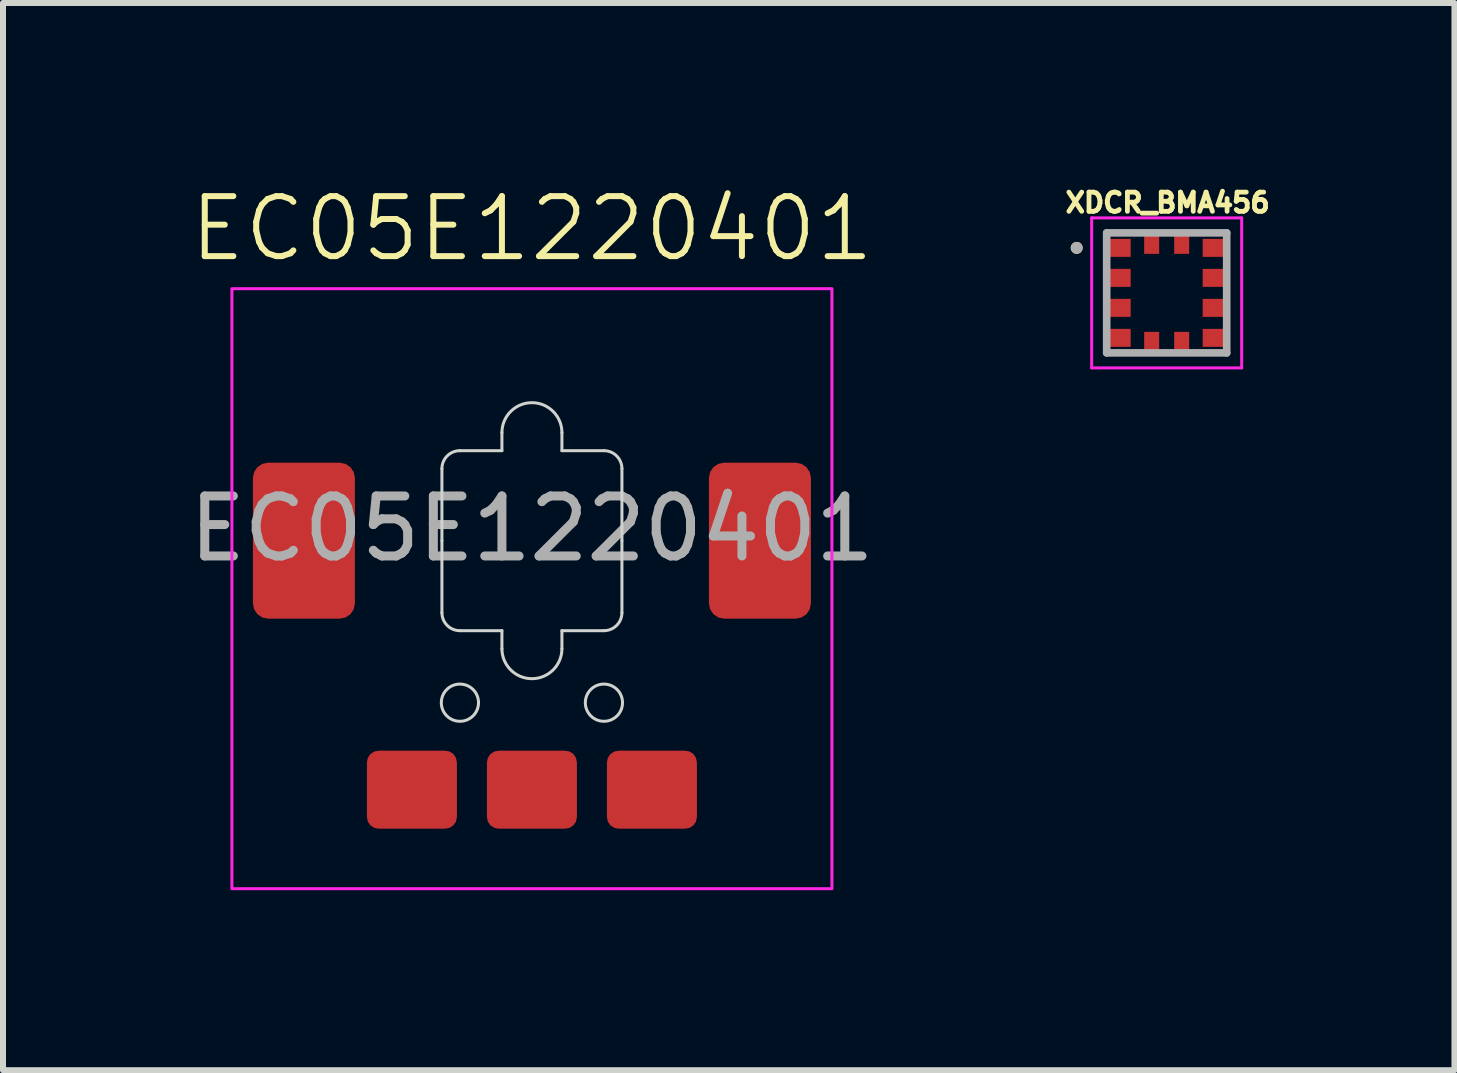
<source format=kicad_pcb>
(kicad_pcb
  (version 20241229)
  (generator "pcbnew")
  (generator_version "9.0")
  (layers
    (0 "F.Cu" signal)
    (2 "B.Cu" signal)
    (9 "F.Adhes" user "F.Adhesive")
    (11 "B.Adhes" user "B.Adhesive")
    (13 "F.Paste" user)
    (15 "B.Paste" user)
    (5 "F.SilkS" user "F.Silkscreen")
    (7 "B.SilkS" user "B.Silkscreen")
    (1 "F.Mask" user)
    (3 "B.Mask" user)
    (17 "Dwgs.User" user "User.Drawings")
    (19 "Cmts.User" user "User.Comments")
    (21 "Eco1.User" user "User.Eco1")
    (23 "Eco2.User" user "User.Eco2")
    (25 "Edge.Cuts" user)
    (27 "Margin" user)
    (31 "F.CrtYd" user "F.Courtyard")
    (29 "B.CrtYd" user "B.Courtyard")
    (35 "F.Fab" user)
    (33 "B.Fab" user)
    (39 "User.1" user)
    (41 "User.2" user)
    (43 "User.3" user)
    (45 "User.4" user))
  (footprint "EC05E1220401"
    (layer "F.Cu")
    (at 5.815 10.761)
    (property "Reference" "EC05E1220401" (at 0 -10 0) (unlocked yes) (layer "F.SilkS") (effects (font (size 1 1) (thickness 0.1))))
    (attr smd)
    (fp_line (start -1.5 -6) (end -1.5 -4.8) (stroke (width 0.05) (type default)) (layer "Edge.Cuts"))
    (fp_line (start -1.5 -3.6) (end -1.5 -4.8) (stroke (width 0.05) (type default)) (layer "Edge.Cuts"))
    (fp_line (start -1.2 -6.3) (end -0.5 -6.3) (stroke (width 0.05) (type default)) (layer "Edge.Cuts"))
    (fp_line (start -1.2 -3.3) (end -0.5 -3.3) (stroke (width 0.05) (type default)) (layer "Edge.Cuts"))
    (fp_line (start -0.5 -6.6) (end -0.5 -6.3) (stroke (width 0.05) (type default)) (layer "Edge.Cuts"))
    (fp_line (start -0.5 -3) (end -0.5 -3.3) (stroke (width 0.05) (type default)) (layer "Edge.Cuts"))
    (fp_line (start 0.5 -6.6) (end 0.5 -6.3) (stroke (width 0.05) (type default)) (layer "Edge.Cuts"))
    (fp_line (start 0.5 -3) (end 0.5 -3.3) (stroke (width 0.05) (type default)) (layer "Edge.Cuts"))
    (fp_line (start 1.2 -6.3) (end 0.5 -6.3) (stroke (width 0.05) (type default)) (layer "Edge.Cuts"))
    (fp_line (start 1.2 -3.3) (end 0.5 -3.3) (stroke (width 0.05) (type default)) (layer "Edge.Cuts"))
    (fp_line (start 1.5 -6) (end 1.5 -4.8) (stroke (width 0.05) (type default)) (layer "Edge.Cuts"))
    (fp_line (start 1.5 -3.6) (end 1.5 -4.8) (stroke (width 0.05) (type default)) (layer "Edge.Cuts"))
    (fp_arc (start -1.5 -6) (mid -1.412132 -6.212132) (end -1.2 -6.3) (stroke (width 0.05) (type default)) (layer "Edge.Cuts"))
    (fp_arc (start -1.2 -3.3) (mid -1.412132 -3.387868) (end -1.5 -3.6) (stroke (width 0.05) (type default)) (layer "Edge.Cuts"))
    (fp_arc (start -0.5 -6.6) (mid 0 -7.1) (end 0.5 -6.6) (stroke (width 0.05) (type default)) (layer "Edge.Cuts"))
    (fp_arc (start 0.5 -3) (mid 0 -2.5) (end -0.5 -3) (stroke (width 0.05) (type default)) (layer "Edge.Cuts"))
    (fp_arc (start 1.2 -6.3) (mid 1.412132 -6.212132) (end 1.5 -6) (stroke (width 0.05) (type default)) (layer "Edge.Cuts"))
    (fp_arc (start 1.5 -3.6) (mid 1.412132 -3.387868) (end 1.2 -3.3) (stroke (width 0.05) (type default)) (layer "Edge.Cuts"))
    (fp_circle (center -1.2 -2.1) (end -0.89 -2.1) (stroke (width 0.05) (type solid)) (fill no) (layer "Edge.Cuts"))
    (fp_circle (center 1.2 -2.1) (end 1.51 -2.1) (stroke (width 0.05) (type solid)) (fill no) (layer "Edge.Cuts"))
    (fp_rect (start -5 -9) (end 5 1) (stroke (width 0.05) (type solid)) (fill no) (layer "F.CrtYd"))
    (fp_text user "${REFERENCE}" (at 0 -5 0) (unlocked yes) (layer "F.Fab") (effects (font (size 1 1) (thickness 0.15))))
    (pad "1" smd roundrect (at -2 -0.65) (size 1.5 1.3) (layers "F.Cu" "F.Mask" "F.Paste") (roundrect_rratio 0.15))
    (pad "2" smd roundrect (at 0 -0.65) (size 1.5 1.3) (layers "F.Cu" "F.Mask" "F.Paste") (roundrect_rratio 0.15))
    (pad "3" smd roundrect (at 2 -0.65) (size 1.5 1.3) (layers "F.Cu" "F.Mask" "F.Paste") (roundrect_rratio 0.15))
    (pad "4" smd roundrect (at 3.8 -4.8) (size 1.7 2.6) (layers "F.Cu" "F.Mask" "F.Paste") (roundrect_rratio 0.15))
    (pad "5" smd roundrect (at -3.8 -4.8) (size 1.7 2.6) (layers "F.Cu" "F.Mask" "F.Paste") (roundrect_rratio 0.15)))
  (footprint "XDCR_BMA456"
    (layer "F.Cu")
    (at 16.394 1.831)
    (property "Reference" "XDCR_BMA456" (at 0.016 -1.503 0) (layer "F.SilkS") (effects (font (size 0.32 0.32) (thickness 0.15))))
    (attr smd)
    (fp_poly (pts (xy -1 -0.95) (xy -0.55 -0.95) (xy -0.55 -0.55) (xy -1 -0.55)) (stroke (width 0.01) (type solid)) (fill yes) (layer "F.Mask"))
    (fp_poly (pts (xy -1 -0.45) (xy -0.55 -0.45) (xy -0.55 -0.05) (xy -1 -0.05)) (stroke (width 0.01) (type solid)) (fill yes) (layer "F.Mask"))
    (fp_poly (pts (xy -1 0.05) (xy -0.55 0.05) (xy -0.55 0.45) (xy -1 0.45)) (stroke (width 0.01) (type solid)) (fill yes) (layer "F.Mask"))
    (fp_poly (pts (xy -1 0.55) (xy -0.55 0.55) (xy -0.55 0.95) (xy -1 0.95)) (stroke (width 0.01) (type solid)) (fill yes) (layer "F.Mask"))
    (fp_poly (pts (xy -0.425 -1) (xy -0.075 -1) (xy -0.075 -0.6) (xy -0.425 -0.6)) (stroke (width 0.01) (type solid)) (fill yes) (layer "F.Mask"))
    (fp_poly (pts (xy -0.425 0.6) (xy -0.075 0.6) (xy -0.075 1) (xy -0.425 1)) (stroke (width 0.01) (type solid)) (fill yes) (layer "F.Mask"))
    (fp_poly (pts (xy 0.075 -1) (xy 0.425 -1) (xy 0.425 -0.6) (xy 0.075 -0.6)) (stroke (width 0.01) (type solid)) (fill yes) (layer "F.Mask"))
    (fp_poly (pts (xy 0.075 0.6) (xy 0.425 0.6) (xy 0.425 1) (xy 0.075 1)) (stroke (width 0.01) (type solid)) (fill yes) (layer "F.Mask"))
    (fp_poly (pts (xy 0.55 -0.95) (xy 1 -0.95) (xy 1 -0.55) (xy 0.55 -0.55)) (stroke (width 0.01) (type solid)) (fill yes) (layer "F.Mask"))
    (fp_poly (pts (xy 0.55 -0.45) (xy 1 -0.45) (xy 1 -0.05) (xy 0.55 -0.05)) (stroke (width 0.01) (type solid)) (fill yes) (layer "F.Mask"))
    (fp_poly (pts (xy 0.55 0.05) (xy 1 0.05) (xy 1 0.45) (xy 0.55 0.45)) (stroke (width 0.01) (type solid)) (fill yes) (layer "F.Mask"))
    (fp_poly (pts (xy 0.55 0.55) (xy 1 0.55) (xy 1 0.95) (xy 0.55 0.95)) (stroke (width 0.01) (type solid)) (fill yes) (layer "F.Mask"))
    (fp_circle (center -1.5 -0.75) (end -1.45 -0.75) (stroke (width 0.1) (type solid)) (fill no) (layer "F.SilkS"))
    (fp_line (start -1.25 -1.25) (end 1.25 -1.25) (stroke (width 0.05) (type solid)) (layer "F.CrtYd"))
    (fp_line (start -1.25 1.25) (end -1.25 -1.25) (stroke (width 0.05) (type solid)) (layer "F.CrtYd"))
    (fp_line (start 1.25 -1.25) (end 1.25 1.25) (stroke (width 0.05) (type solid)) (layer "F.CrtYd"))
    (fp_line (start 1.25 1.25) (end -1.25 1.25) (stroke (width 0.05) (type solid)) (layer "F.CrtYd"))
    (fp_line (start -1 -1) (end 1 -1) (stroke (width 0.127) (type solid)) (layer "F.Fab"))
    (fp_line (start -1 1) (end -1 -1) (stroke (width 0.127) (type solid)) (layer "F.Fab"))
    (fp_line (start 1 -1) (end 1 1) (stroke (width 0.127) (type solid)) (layer "F.Fab"))
    (fp_line (start 1 1) (end -1 1) (stroke (width 0.127) (type solid)) (layer "F.Fab"))
    (fp_circle (center -1.5 -0.75) (end -1.45 -0.75) (stroke (width 0.1) (type solid)) (fill no) (layer "F.Fab"))
    (pad "1" smd rect (at -0.775 -0.75) (size 0.35 0.3) (layers "F.Cu" "F.Paste"))
    (pad "2" smd rect (at -0.775 -0.25) (size 0.35 0.3) (layers "F.Cu" "F.Paste"))
    (pad "3" smd rect (at -0.775 0.25) (size 0.35 0.3) (layers "F.Cu" "F.Paste"))
    (pad "4" smd rect (at -0.775 0.75) (size 0.35 0.3) (layers "F.Cu" "F.Paste"))
    (pad "5" smd rect (at -0.25 0.8) (size 0.25 0.3) (layers "F.Cu" "F.Paste"))
    (pad "6" smd rect (at 0.25 0.8) (size 0.25 0.3) (layers "F.Cu" "F.Paste"))
    (pad "7" smd rect (at 0.775 0.75) (size 0.35 0.3) (layers "F.Cu" "F.Paste"))
    (pad "8" smd rect (at 0.775 0.25) (size 0.35 0.3) (layers "F.Cu" "F.Paste"))
    (pad "9" smd rect (at 0.775 -0.25) (size 0.35 0.3) (layers "F.Cu" "F.Paste"))
    (pad "10" smd rect (at 0.775 -0.75) (size 0.35 0.3) (layers "F.Cu" "F.Paste"))
    (pad "11" smd rect (at 0.25 -0.8) (size 0.25 0.3) (layers "F.Cu" "F.Paste"))
    (pad "12" smd rect (at -0.25 -0.8) (size 0.25 0.3) (layers "F.Cu" "F.Paste"))
    (zone (net_name "") (layer "F.Cu") (hatch full 0.508) (connect_pads) (min_thickness 0.01) (filled_areas_thickness no) (keepout (tracks not_allowed) (vias not_allowed) (pads not_allowed) (copperpour not_allowed) (footprints allowed)) (placement (enabled no)) (fill) (polygon (pts (xy 16.019 1.431) (xy 16.769 1.431) (xy 16.769 2.231) (xy 16.019 2.231))))
    (zone (net_name "") (layers "F.Cu" "B.Cu") (hatch full 0.508) (connect_pads) (min_thickness 0.01) (filled_areas_thickness no) (keepout (tracks allowed) (vias not_allowed) (pads allowed) (copperpour allowed) (footprints allowed)) (placement (enabled no)) (fill) (polygon (pts (xy 16.019 1.431) (xy 16.769 1.431) (xy 16.769 2.231) (xy 16.019 2.231)))))
  (gr_rect
    (start -3 -3)
    (end 21.19 14.786)
    (stroke (width 0.1) (type default))
    (fill no)
    (layer "Edge.Cuts")))
</source>
